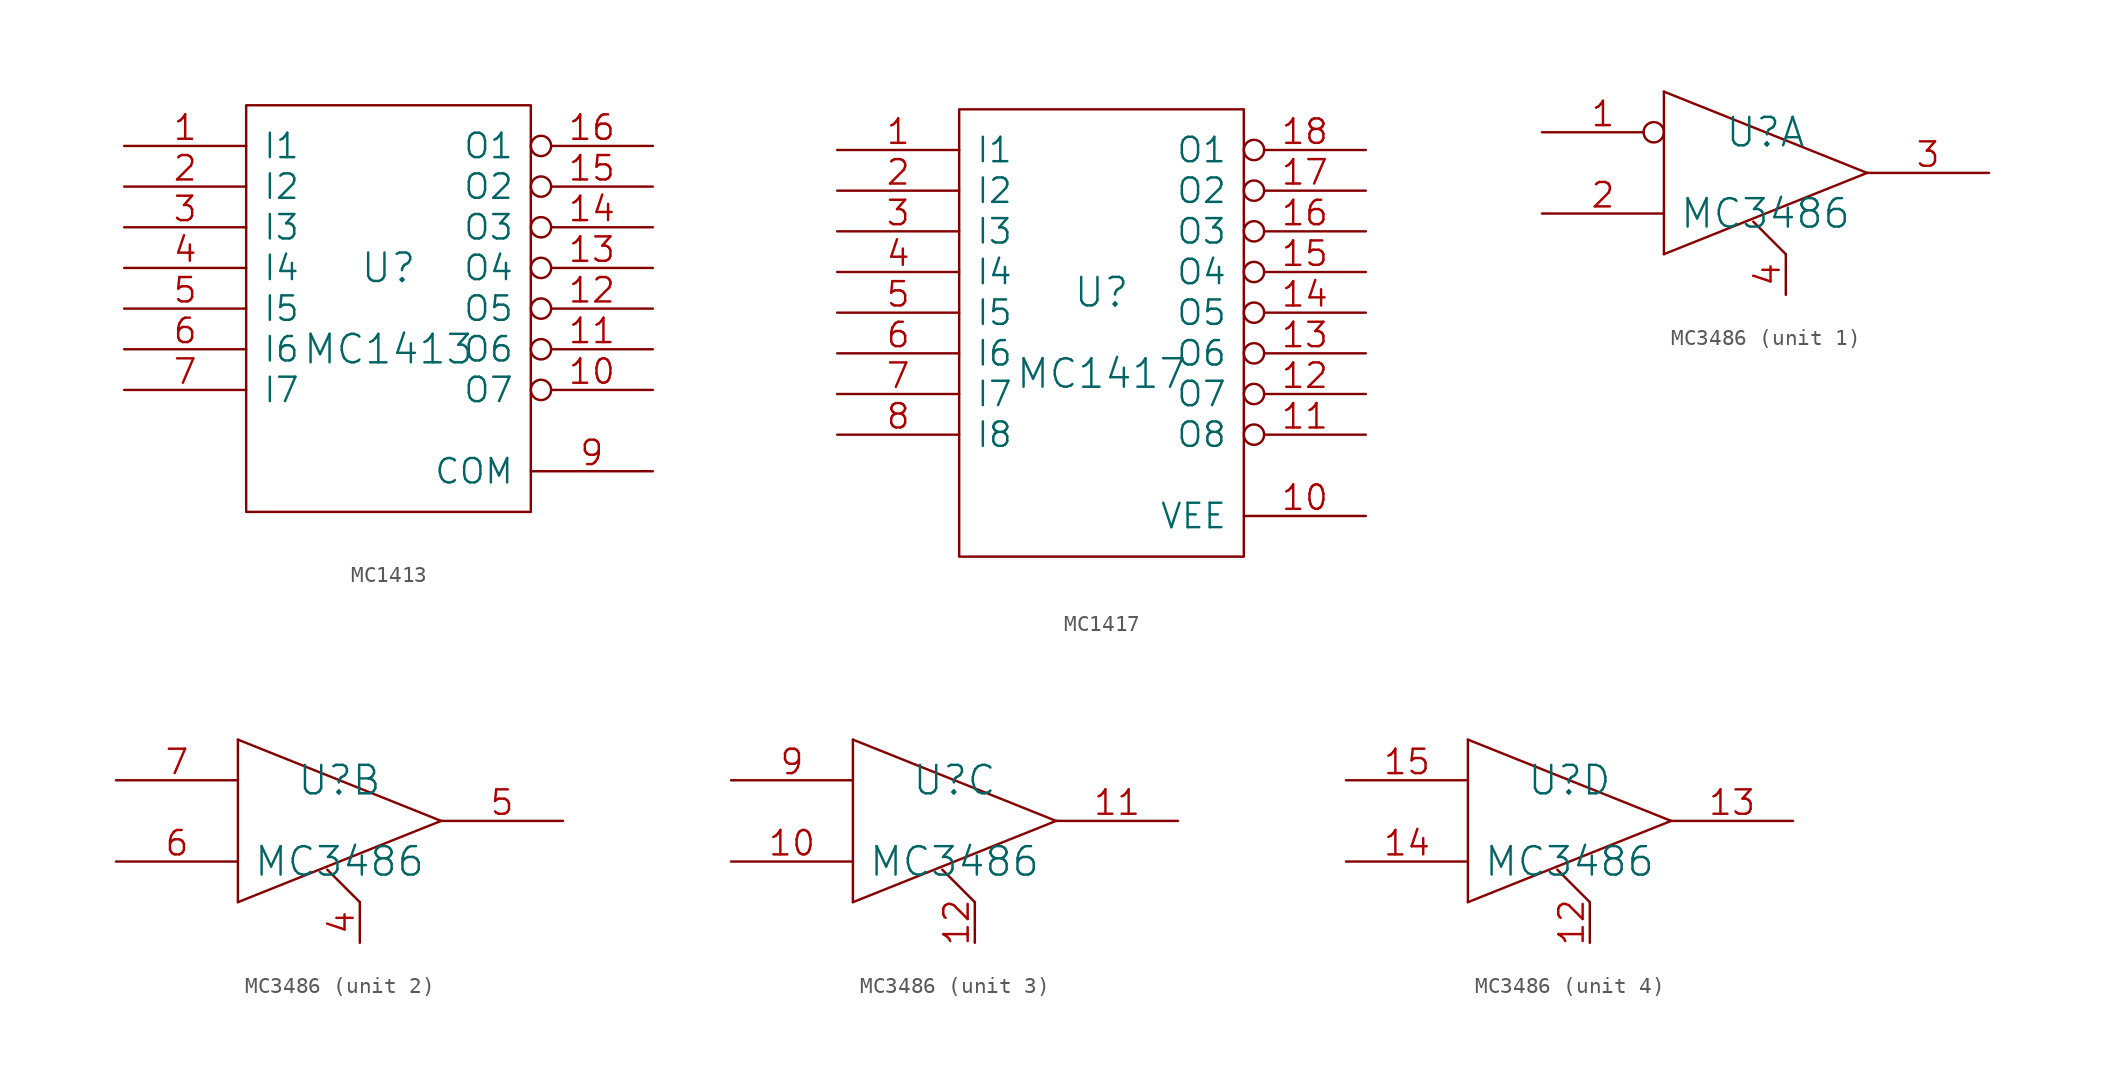
<source format=kicad_sym>
(kicad_symbol_lib
  (version 20211014)
  (generator kicad_symbol_editor)
  (symbol "MC1413"
    (pin_names
      (offset 1.016))
    (property "Reference" "U"
      (at 0 2.54 0)
      (effects (font (size 1.778 1.778))))
    (property "Value" "MC1413"
      (at 0 -2.54 0)
      (effects (font (size 1.778 1.778))))
    (property "Footprint" ""
      (at 0 0 0)
      (effects (font (size 1.524 1.524))))
    (property "Datasheet" ""
      (at 0 0 0)
      (effects (font (size 1.524 1.524))))
    (symbol "MC1413_0_1"
      (rectangle (start -8.89 -12.7) (end 8.89 12.7) (stroke (width 0) (type default) (color 0 0 0 0)) (fill (type none))))
    (symbol "MC1413_1_1"
      (pin input line (at -16.51 10.16 0) (length 7.62) (name "I1" (effects (font (size 1.524 1.524)))) (number "1" (effects (font (size 1.524 1.524)))))
      (pin open_collector inverted (at 16.51 -5.08 180) (length 7.62) (name "O7" (effects (font (size 1.524 1.524)))) (number "10" (effects (font (size 1.524 1.524)))))
      (pin open_collector inverted (at 16.51 -2.54 180) (length 7.62) (name "O6" (effects (font (size 1.524 1.524)))) (number "11" (effects (font (size 1.524 1.524)))))
      (pin open_collector inverted (at 16.51 0 180) (length 7.62) (name "O5" (effects (font (size 1.524 1.524)))) (number "12" (effects (font (size 1.524 1.524)))))
      (pin open_collector inverted (at 16.51 2.54 180) (length 7.62) (name "O4" (effects (font (size 1.524 1.524)))) (number "13" (effects (font (size 1.524 1.524)))))
      (pin open_collector inverted (at 16.51 5.08 180) (length 7.62) (name "O3" (effects (font (size 1.524 1.524)))) (number "14" (effects (font (size 1.524 1.524)))))
      (pin open_collector inverted (at 16.51 7.62 180) (length 7.62) (name "O2" (effects (font (size 1.524 1.524)))) (number "15" (effects (font (size 1.524 1.524)))))
      (pin open_collector inverted (at 16.51 10.16 180) (length 7.62) (name "O1" (effects (font (size 1.524 1.524)))) (number "16" (effects (font (size 1.524 1.524)))))
      (pin input line (at -16.51 7.62 0) (length 7.62) (name "I2" (effects (font (size 1.524 1.524)))) (number "2" (effects (font (size 1.524 1.524)))))
      (pin input line (at -16.51 5.08 0) (length 7.62) (name "I3" (effects (font (size 1.524 1.524)))) (number "3" (effects (font (size 1.524 1.524)))))
      (pin input line (at -16.51 2.54 0) (length 7.62) (name "I4" (effects (font (size 1.524 1.524)))) (number "4" (effects (font (size 1.524 1.524)))))
      (pin input line (at -16.51 0 0) (length 7.62) (name "I5" (effects (font (size 1.524 1.524)))) (number "5" (effects (font (size 1.524 1.524)))))
      (pin input line (at -16.51 -2.54 0) (length 7.62) (name "I6" (effects (font (size 1.524 1.524)))) (number "6" (effects (font (size 1.524 1.524)))))
      (pin input line (at -16.51 -5.08 0) (length 7.62) (name "I7" (effects (font (size 1.524 1.524)))) (number "7" (effects (font (size 1.524 1.524)))))
      (pin power_in line (at -8.89 -12.7 90) (length 0) hide (name "GND" (effects (font (size 1.524 1.524)))) (number "8" (effects (font (size 1.524 1.524)))))
      (pin input line (at 16.51 -10.16 180) (length 7.62) (name "COM" (effects (font (size 1.524 1.524)))) (number "9" (effects (font (size 1.524 1.524)))))))
  (symbol "MC1417"
    (pin_names
      (offset 1.016))
    (property "Reference" "U"
      (at 0 2.54 0)
      (effects (font (size 1.778 1.778))))
    (property "Value" "MC1417"
      (at 0 -2.54 0)
      (effects (font (size 1.778 1.778))))
    (property "Footprint" ""
      (at 0 0 0)
      (effects (font (size 1.524 1.524))))
    (property "Datasheet" ""
      (at 0 0 0)
      (effects (font (size 1.524 1.524))))
    (symbol "MC1417_0_1"
      (rectangle (start -8.89 -13.97) (end 8.89 13.97) (stroke (width 0) (type default) (color 0 0 0 0)) (fill (type none))))
    (symbol "MC1417_1_1"
      (pin input line (at -16.51 11.43 0) (length 7.62) (name "I1" (effects (font (size 1.524 1.524)))) (number "1" (effects (font (size 1.524 1.524)))))
      (pin input line (at 16.51 -11.43 180) (length 7.62) (name "VEE" (effects (font (size 1.524 1.524)))) (number "10" (effects (font (size 1.524 1.524)))))
      (pin open_collector inverted (at 16.51 -6.35 180) (length 7.62) (name "O8" (effects (font (size 1.524 1.524)))) (number "11" (effects (font (size 1.524 1.524)))))
      (pin open_collector inverted (at 16.51 -3.81 180) (length 7.62) (name "O7" (effects (font (size 1.524 1.524)))) (number "12" (effects (font (size 1.524 1.524)))))
      (pin open_collector inverted (at 16.51 -1.27 180) (length 7.62) (name "O6" (effects (font (size 1.524 1.524)))) (number "13" (effects (font (size 1.524 1.524)))))
      (pin open_collector inverted (at 16.51 1.27 180) (length 7.62) (name "O5" (effects (font (size 1.524 1.524)))) (number "14" (effects (font (size 1.524 1.524)))))
      (pin open_collector inverted (at 16.51 3.81 180) (length 7.62) (name "O4" (effects (font (size 1.524 1.524)))) (number "15" (effects (font (size 1.524 1.524)))))
      (pin open_collector inverted (at 16.51 6.35 180) (length 7.62) (name "O3" (effects (font (size 1.524 1.524)))) (number "16" (effects (font (size 1.524 1.524)))))
      (pin open_collector inverted (at 16.51 8.89 180) (length 7.62) (name "O2" (effects (font (size 1.524 1.524)))) (number "17" (effects (font (size 1.524 1.524)))))
      (pin open_collector inverted (at 16.51 11.43 180) (length 7.62) (name "O1" (effects (font (size 1.524 1.524)))) (number "18" (effects (font (size 1.524 1.524)))))
      (pin input line (at -16.51 8.89 0) (length 7.62) (name "I2" (effects (font (size 1.524 1.524)))) (number "2" (effects (font (size 1.524 1.524)))))
      (pin input line (at -16.51 6.35 0) (length 7.62) (name "I3" (effects (font (size 1.524 1.524)))) (number "3" (effects (font (size 1.524 1.524)))))
      (pin input line (at -16.51 3.81 0) (length 7.62) (name "I4" (effects (font (size 1.524 1.524)))) (number "4" (effects (font (size 1.524 1.524)))))
      (pin input line (at -16.51 1.27 0) (length 7.62) (name "I5" (effects (font (size 1.524 1.524)))) (number "5" (effects (font (size 1.524 1.524)))))
      (pin input line (at -16.51 -1.27 0) (length 7.62) (name "I6" (effects (font (size 1.524 1.524)))) (number "6" (effects (font (size 1.524 1.524)))))
      (pin input line (at -16.51 -3.81 0) (length 7.62) (name "I7" (effects (font (size 1.524 1.524)))) (number "7" (effects (font (size 1.524 1.524)))))
      (pin input line (at -16.51 -6.35 0) (length 7.62) (name "I8" (effects (font (size 1.524 1.524)))) (number "8" (effects (font (size 1.524 1.524)))))
      (pin power_in line (at -8.89 -13.97 90) (length 0) hide (name "GND" (effects (font (size 1.524 1.524)))) (number "9" (effects (font (size 1.524 1.524)))))))
  (symbol "MC3486"
    (pin_names
      (offset 1.016) hide)
    (property "Reference" "U"
      (at 0 2.54 0)
      (effects (font (size 1.778 1.778))))
    (property "Value" "MC3486"
      (at 0 -2.54 0)
      (effects (font (size 1.778 1.778))))
    (property "Footprint" ""
      (at 0 0 0)
      (effects (font (size 1.524 1.524))))
    (property "Datasheet" ""
      (at 0 0 0)
      (effects (font (size 1.524 1.524))))
    (symbol "MC3486_0_1"
      (polyline (pts (xy -6.35 -5.08) (xy 6.35 0)) (stroke (width 0) (type default) (color 0 0 0 0)) (fill (type none)))
      (polyline (pts (xy -6.35 5.08) (xy -6.35 -5.08)) (stroke (width 0) (type default) (color 0 0 0 0)) (fill (type none)))
      (polyline (pts (xy -0.762 -3.048) (xy 1.27 -5.08)) (stroke (width 0) (type default) (color 0 0 0 0)) (fill (type none)))
      (polyline (pts (xy 6.35 0) (xy -6.35 5.08)) (stroke (width 0) (type default) (color 0 0 0 0)) (fill (type none))))
    (symbol "MC3486_1_1"
      (pin input inverted (at -13.97 2.54 0) (length 7.62) (name "E-" (effects (font (size 1.524 1.524)))) (number "1" (effects (font (size 1.524 1.524)))))
      (pin power_in line (at -6.35 5.08 90) (length 0) hide (name "VCC" (effects (font (size 1.524 1.524)))) (number "16" (effects (font (size 1.524 1.524)))))
      (pin input line (at -13.97 -2.54 0) (length 7.62) (name "E+" (effects (font (size 1.524 1.524)))) (number "2" (effects (font (size 1.524 1.524)))))
      (pin tri_state line (at 13.97 0 180) (length 7.62) (name "OUT" (effects (font (size 1.524 1.524)))) (number "3" (effects (font (size 1.524 1.524)))))
      (pin input line (at 1.27 -7.62 90) (length 2.54) (name "ENABLE" (effects (font (size 1.524 1.524)))) (number "4" (effects (font (size 1.524 1.524)))))
      (pin power_in line (at -6.35 -5.08 90) (length 0) hide (name "GND" (effects (font (size 1.524 1.524)))) (number "8" (effects (font (size 1.524 1.524))))))
    (symbol "MC3486_2_1"
      (pin power_in line (at -6.35 5.08 90) (length 0) hide (name "VCC" (effects (font (size 1.524 1.524)))) (number "16" (effects (font (size 1.524 1.524)))))
      (pin input line (at 1.27 -7.62 90) (length 2.54) (name "ENABLE" (effects (font (size 1.524 1.524)))) (number "4" (effects (font (size 1.524 1.524)))))
      (pin tri_state line (at 13.97 0 180) (length 7.62) (name "OUT" (effects (font (size 1.524 1.524)))) (number "5" (effects (font (size 1.524 1.524)))))
      (pin input line (at -13.97 -2.54 0) (length 7.62) (name "E+" (effects (font (size 1.524 1.524)))) (number "6" (effects (font (size 1.524 1.524)))))
      (pin input line (at -13.97 2.54 0) (length 7.62) (name "E-" (effects (font (size 1.524 1.524)))) (number "7" (effects (font (size 1.524 1.524)))))
      (pin power_in line (at -6.35 -5.08 90) (length 0) hide (name "GND" (effects (font (size 1.524 1.524)))) (number "8" (effects (font (size 1.524 1.524))))))
    (symbol "MC3486_3_1"
      (pin input line (at -13.97 -2.54 0) (length 7.62) (name "E+" (effects (font (size 1.524 1.524)))) (number "10" (effects (font (size 1.524 1.524)))))
      (pin tri_state line (at 13.97 0 180) (length 7.62) (name "OUT" (effects (font (size 1.524 1.524)))) (number "11" (effects (font (size 1.524 1.524)))))
      (pin input line (at 1.27 -7.62 90) (length 2.54) (name "ENABLE" (effects (font (size 1.524 1.524)))) (number "12" (effects (font (size 1.524 1.524)))))
      (pin power_in line (at -6.35 5.08 90) (length 0) hide (name "VCC" (effects (font (size 1.524 1.524)))) (number "16" (effects (font (size 1.524 1.524)))))
      (pin power_in line (at -6.35 -5.08 90) (length 0) hide (name "GND" (effects (font (size 1.524 1.524)))) (number "8" (effects (font (size 1.524 1.524)))))
      (pin input line (at -13.97 2.54 0) (length 7.62) (name "E-" (effects (font (size 1.524 1.524)))) (number "9" (effects (font (size 1.524 1.524))))))
    (symbol "MC3486_4_1"
      (pin input line (at 1.27 -7.62 90) (length 2.54) (name "ENABLE" (effects (font (size 1.524 1.524)))) (number "12" (effects (font (size 1.524 1.524)))))
      (pin tri_state line (at 13.97 0 180) (length 7.62) (name "OUT" (effects (font (size 1.524 1.524)))) (number "13" (effects (font (size 1.524 1.524)))))
      (pin input line (at -13.97 -2.54 0) (length 7.62) (name "E+" (effects (font (size 1.524 1.524)))) (number "14" (effects (font (size 1.524 1.524)))))
      (pin input line (at -13.97 2.54 0) (length 7.62) (name "E-" (effects (font (size 1.524 1.524)))) (number "15" (effects (font (size 1.524 1.524)))))
      (pin power_in line (at -6.35 5.08 90) (length 0) hide (name "VCC" (effects (font (size 1.524 1.524)))) (number "16" (effects (font (size 1.524 1.524)))))
      (pin power_in line (at -6.35 -5.08 90) (length 0) hide (name "GND" (effects (font (size 1.524 1.524)))) (number "8" (effects (font (size 1.524 1.524))))))))
</source>
